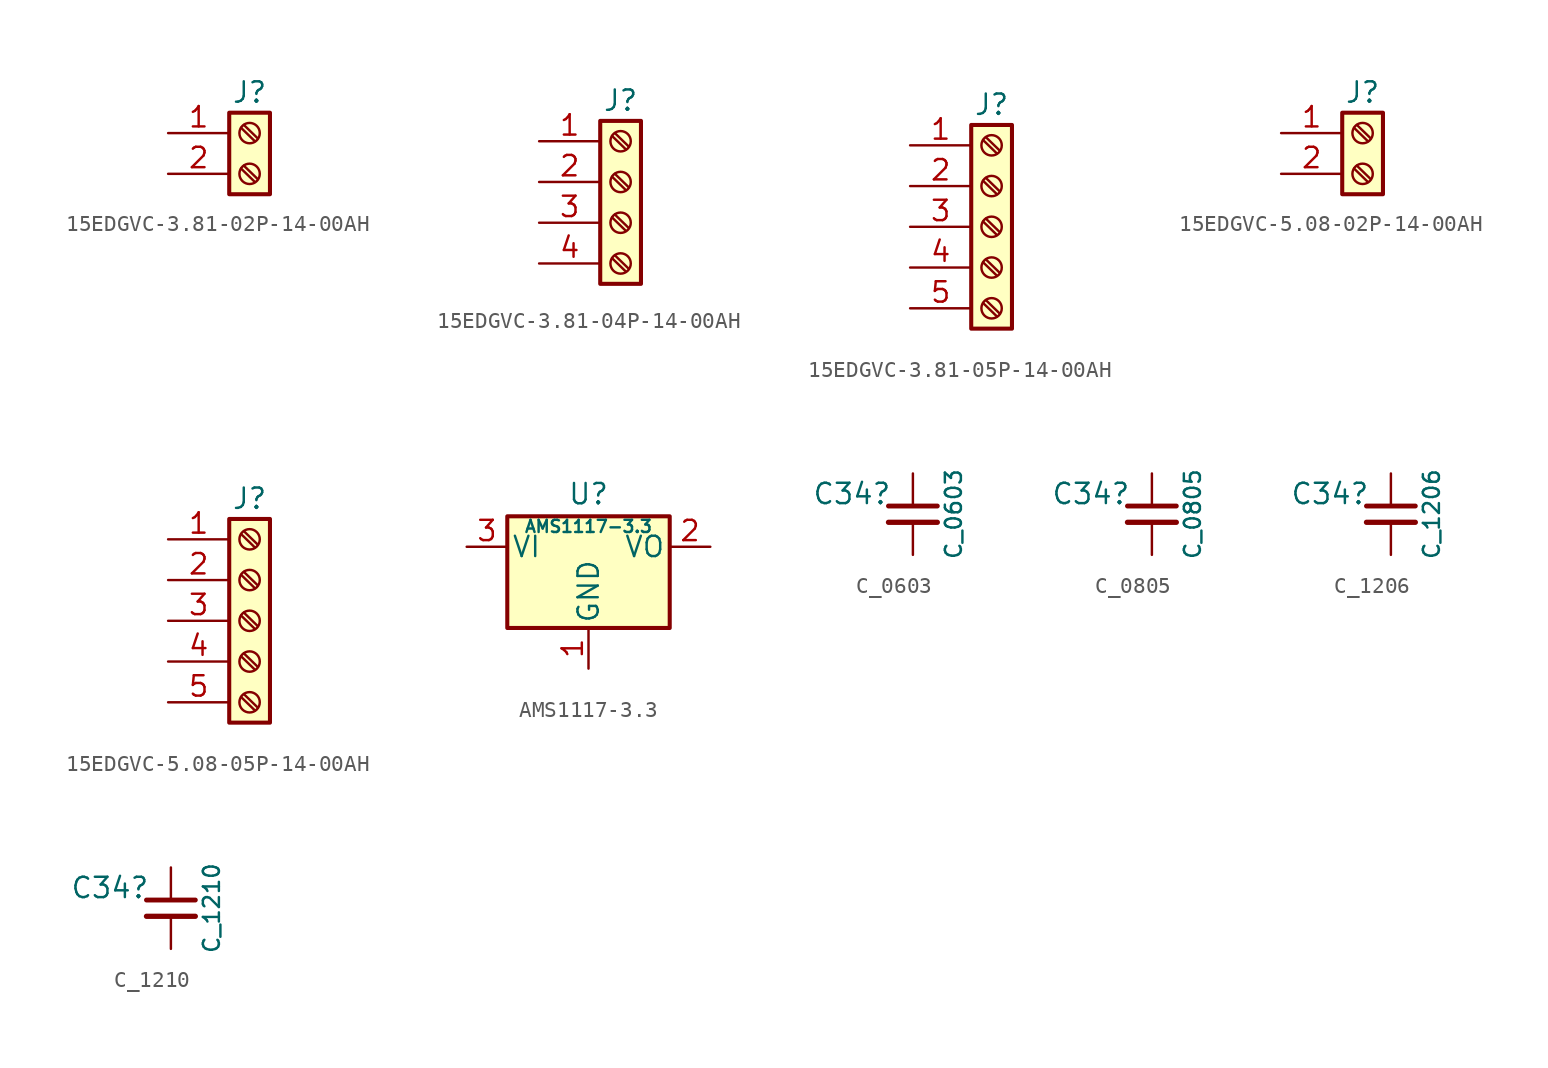
<source format=kicad_sym>
(kicad_symbol_lib
  (version 20211014)
  (generator kicad_symbol_editor)
  (symbol "15EDGVC-3.81-02P-14-00AH"
    (pin_names
      (offset 1.016) hide)
    (property "Reference" "J"
      (at 0 5.08 0)
      (effects (font (size 1.27 1.27))))
    (symbol "15EDGVC-3.81-02P-14-00AH_1_1"
      (rectangle (start -1.27 3.81) (end 1.27 -1.27) (stroke (width 0.254) (type default) (color 0 0 0 0)) (fill (type background)))
      (polyline (pts (xy -0.533 0.33) (xy 0.33 -0.508)) (stroke (width 0.152) (type default) (color 0 0 0 0)) (fill (type none)))
      (polyline (pts (xy -0.533 2.87) (xy 0.33 2.032)) (stroke (width 0.152) (type default) (color 0 0 0 0)) (fill (type none)))
      (polyline (pts (xy -0.356 0.508) (xy 0.508 -0.33)) (stroke (width 0.152) (type default) (color 0 0 0 0)) (fill (type none)))
      (polyline (pts (xy -0.356 3.048) (xy 0.508 2.21)) (stroke (width 0.152) (type default) (color 0 0 0 0)) (fill (type none)))
      (circle (center 0 0) (radius 0.635) (stroke (width 0.152) (type default) (color 0 0 0 0)) (fill (type none)))
      (circle (center 0 2.54) (radius 0.635) (stroke (width 0.152) (type default) (color 0 0 0 0)) (fill (type none)))
      (pin passive line (at -5.08 2.54 0) (length 3.81) (name "Pin_1" (effects (font (size 1.27 1.27)))) (number "1" (effects (font (size 1.27 1.27)))))
      (pin passive line (at -5.08 0 0) (length 3.81) (name "Pin_2" (effects (font (size 1.27 1.27)))) (number "2" (effects (font (size 1.27 1.27)))))))
  (symbol "15EDGVC-3.81-04P-14-00AH"
    (pin_names
      (offset 1.016) hide)
    (property "Reference" "J"
      (at 0 5.08 0)
      (effects (font (size 1.27 1.27))))
    (symbol "15EDGVC-3.81-04P-14-00AH_1_1"
      (rectangle (start -1.27 3.81) (end 1.27 -6.35) (stroke (width 0.254) (type default) (color 0 0 0 0)) (fill (type background)))
      (circle (center 0 -5.08) (radius 0.635) (stroke (width 0.152) (type default) (color 0 0 0 0)) (fill (type none)))
      (circle (center 0 -2.54) (radius 0.635) (stroke (width 0.152) (type default) (color 0 0 0 0)) (fill (type none)))
      (polyline (pts (xy -0.533 -4.75) (xy 0.33 -5.588)) (stroke (width 0.152) (type default) (color 0 0 0 0)) (fill (type none)))
      (polyline (pts (xy -0.533 -2.21) (xy 0.33 -3.048)) (stroke (width 0.152) (type default) (color 0 0 0 0)) (fill (type none)))
      (polyline (pts (xy -0.533 0.33) (xy 0.33 -0.508)) (stroke (width 0.152) (type default) (color 0 0 0 0)) (fill (type none)))
      (polyline (pts (xy -0.533 2.87) (xy 0.33 2.032)) (stroke (width 0.152) (type default) (color 0 0 0 0)) (fill (type none)))
      (polyline (pts (xy -0.356 -4.572) (xy 0.508 -5.41)) (stroke (width 0.152) (type default) (color 0 0 0 0)) (fill (type none)))
      (polyline (pts (xy -0.356 -2.032) (xy 0.508 -2.87)) (stroke (width 0.152) (type default) (color 0 0 0 0)) (fill (type none)))
      (polyline (pts (xy -0.356 0.508) (xy 0.508 -0.33)) (stroke (width 0.152) (type default) (color 0 0 0 0)) (fill (type none)))
      (polyline (pts (xy -0.356 3.048) (xy 0.508 2.21)) (stroke (width 0.152) (type default) (color 0 0 0 0)) (fill (type none)))
      (circle (center 0 0) (radius 0.635) (stroke (width 0.152) (type default) (color 0 0 0 0)) (fill (type none)))
      (circle (center 0 2.54) (radius 0.635) (stroke (width 0.152) (type default) (color 0 0 0 0)) (fill (type none)))
      (pin passive line (at -5.08 2.54 0) (length 3.81) (name "Pin_1" (effects (font (size 1.27 1.27)))) (number "1" (effects (font (size 1.27 1.27)))))
      (pin passive line (at -5.08 0 0) (length 3.81) (name "Pin_2" (effects (font (size 1.27 1.27)))) (number "2" (effects (font (size 1.27 1.27)))))
      (pin passive line (at -5.08 -2.54 0) (length 3.81) (name "Pin_3" (effects (font (size 1.27 1.27)))) (number "3" (effects (font (size 1.27 1.27)))))
      (pin passive line (at -5.08 -5.08 0) (length 3.81) (name "Pin_4" (effects (font (size 1.27 1.27)))) (number "4" (effects (font (size 1.27 1.27)))))))
  (symbol "15EDGVC-3.81-05P-14-00AH"
    (pin_names
      (offset 1.016) hide)
    (property "Reference" "J"
      (at 0 5.08 0)
      (effects (font (size 1.27 1.27))))
    (symbol "15EDGVC-3.81-05P-14-00AH_1_1"
      (rectangle (start -1.27 3.81) (end 1.27 -8.89) (stroke (width 0.254) (type default) (color 0 0 0 0)) (fill (type background)))
      (circle (center 0 -7.62) (radius 0.635) (stroke (width 0.152) (type default) (color 0 0 0 0)) (fill (type none)))
      (circle (center 0 -5.08) (radius 0.635) (stroke (width 0.152) (type default) (color 0 0 0 0)) (fill (type none)))
      (circle (center 0 -2.54) (radius 0.635) (stroke (width 0.152) (type default) (color 0 0 0 0)) (fill (type none)))
      (polyline (pts (xy -0.533 -7.29) (xy 0.33 -8.128)) (stroke (width 0.152) (type default) (color 0 0 0 0)) (fill (type none)))
      (polyline (pts (xy -0.533 -4.75) (xy 0.33 -5.588)) (stroke (width 0.152) (type default) (color 0 0 0 0)) (fill (type none)))
      (polyline (pts (xy -0.533 -2.21) (xy 0.33 -3.048)) (stroke (width 0.152) (type default) (color 0 0 0 0)) (fill (type none)))
      (polyline (pts (xy -0.533 0.33) (xy 0.33 -0.508)) (stroke (width 0.152) (type default) (color 0 0 0 0)) (fill (type none)))
      (polyline (pts (xy -0.533 2.87) (xy 0.33 2.032)) (stroke (width 0.152) (type default) (color 0 0 0 0)) (fill (type none)))
      (polyline (pts (xy -0.356 -7.112) (xy 0.508 -7.95)) (stroke (width 0.152) (type default) (color 0 0 0 0)) (fill (type none)))
      (polyline (pts (xy -0.356 -4.572) (xy 0.508 -5.41)) (stroke (width 0.152) (type default) (color 0 0 0 0)) (fill (type none)))
      (polyline (pts (xy -0.356 -2.032) (xy 0.508 -2.87)) (stroke (width 0.152) (type default) (color 0 0 0 0)) (fill (type none)))
      (polyline (pts (xy -0.356 0.508) (xy 0.508 -0.33)) (stroke (width 0.152) (type default) (color 0 0 0 0)) (fill (type none)))
      (polyline (pts (xy -0.356 3.048) (xy 0.508 2.21)) (stroke (width 0.152) (type default) (color 0 0 0 0)) (fill (type none)))
      (circle (center 0 0) (radius 0.635) (stroke (width 0.152) (type default) (color 0 0 0 0)) (fill (type none)))
      (circle (center 0 2.54) (radius 0.635) (stroke (width 0.152) (type default) (color 0 0 0 0)) (fill (type none)))
      (pin passive line (at -5.08 2.54 0) (length 3.81) (name "Pin_1" (effects (font (size 1.27 1.27)))) (number "1" (effects (font (size 1.27 1.27)))))
      (pin passive line (at -5.08 0 0) (length 3.81) (name "Pin_2" (effects (font (size 1.27 1.27)))) (number "2" (effects (font (size 1.27 1.27)))))
      (pin passive line (at -5.08 -2.54 0) (length 3.81) (name "Pin_3" (effects (font (size 1.27 1.27)))) (number "3" (effects (font (size 1.27 1.27)))))
      (pin passive line (at -5.08 -5.08 0) (length 3.81) (name "Pin_4" (effects (font (size 1.27 1.27)))) (number "4" (effects (font (size 1.27 1.27)))))
      (pin passive line (at -5.08 -7.62 0) (length 3.81) (name "Pin_5" (effects (font (size 1.27 1.27)))) (number "5" (effects (font (size 1.27 1.27)))))))
  (symbol "15EDGVC-5.08-02P-14-00AH"
    (pin_names
      (offset 1.016) hide)
    (property "Reference" "J"
      (at 0 5.08 0)
      (effects (font (size 1.27 1.27))))
    (symbol "15EDGVC-5.08-02P-14-00AH_1_1"
      (rectangle (start -1.27 3.81) (end 1.27 -1.27) (stroke (width 0.254) (type default) (color 0 0 0 0)) (fill (type background)))
      (polyline (pts (xy -0.533 0.33) (xy 0.33 -0.508)) (stroke (width 0.152) (type default) (color 0 0 0 0)) (fill (type none)))
      (polyline (pts (xy -0.533 2.87) (xy 0.33 2.032)) (stroke (width 0.152) (type default) (color 0 0 0 0)) (fill (type none)))
      (polyline (pts (xy -0.356 0.508) (xy 0.508 -0.33)) (stroke (width 0.152) (type default) (color 0 0 0 0)) (fill (type none)))
      (polyline (pts (xy -0.356 3.048) (xy 0.508 2.21)) (stroke (width 0.152) (type default) (color 0 0 0 0)) (fill (type none)))
      (circle (center 0 0) (radius 0.635) (stroke (width 0.152) (type default) (color 0 0 0 0)) (fill (type none)))
      (circle (center 0 2.54) (radius 0.635) (stroke (width 0.152) (type default) (color 0 0 0 0)) (fill (type none)))
      (pin passive line (at -5.08 2.54 0) (length 3.81) (name "Pin_1" (effects (font (size 1.27 1.27)))) (number "1" (effects (font (size 1.27 1.27)))))
      (pin passive line (at -5.08 0 0) (length 3.81) (name "Pin_2" (effects (font (size 1.27 1.27)))) (number "2" (effects (font (size 1.27 1.27)))))))
  (symbol "15EDGVC-5.08-05P-14-00AH"
    (pin_names
      (offset 1.016) hide)
    (property "Reference" "J"
      (at 0 5.08 0)
      (effects (font (size 1.27 1.27))))
    (symbol "15EDGVC-5.08-05P-14-00AH_1_1"
      (rectangle (start -1.27 3.81) (end 1.27 -8.89) (stroke (width 0.254) (type default) (color 0 0 0 0)) (fill (type background)))
      (circle (center 0 -7.62) (radius 0.635) (stroke (width 0.152) (type default) (color 0 0 0 0)) (fill (type none)))
      (circle (center 0 -5.08) (radius 0.635) (stroke (width 0.152) (type default) (color 0 0 0 0)) (fill (type none)))
      (circle (center 0 -2.54) (radius 0.635) (stroke (width 0.152) (type default) (color 0 0 0 0)) (fill (type none)))
      (polyline (pts (xy -0.533 -7.29) (xy 0.33 -8.128)) (stroke (width 0.152) (type default) (color 0 0 0 0)) (fill (type none)))
      (polyline (pts (xy -0.533 -4.75) (xy 0.33 -5.588)) (stroke (width 0.152) (type default) (color 0 0 0 0)) (fill (type none)))
      (polyline (pts (xy -0.533 -2.21) (xy 0.33 -3.048)) (stroke (width 0.152) (type default) (color 0 0 0 0)) (fill (type none)))
      (polyline (pts (xy -0.533 0.33) (xy 0.33 -0.508)) (stroke (width 0.152) (type default) (color 0 0 0 0)) (fill (type none)))
      (polyline (pts (xy -0.533 2.87) (xy 0.33 2.032)) (stroke (width 0.152) (type default) (color 0 0 0 0)) (fill (type none)))
      (polyline (pts (xy -0.356 -7.112) (xy 0.508 -7.95)) (stroke (width 0.152) (type default) (color 0 0 0 0)) (fill (type none)))
      (polyline (pts (xy -0.356 -4.572) (xy 0.508 -5.41)) (stroke (width 0.152) (type default) (color 0 0 0 0)) (fill (type none)))
      (polyline (pts (xy -0.356 -2.032) (xy 0.508 -2.87)) (stroke (width 0.152) (type default) (color 0 0 0 0)) (fill (type none)))
      (polyline (pts (xy -0.356 0.508) (xy 0.508 -0.33)) (stroke (width 0.152) (type default) (color 0 0 0 0)) (fill (type none)))
      (polyline (pts (xy -0.356 3.048) (xy 0.508 2.21)) (stroke (width 0.152) (type default) (color 0 0 0 0)) (fill (type none)))
      (circle (center 0 0) (radius 0.635) (stroke (width 0.152) (type default) (color 0 0 0 0)) (fill (type none)))
      (circle (center 0 2.54) (radius 0.635) (stroke (width 0.152) (type default) (color 0 0 0 0)) (fill (type none)))
      (pin passive line (at -5.08 2.54 0) (length 3.81) (name "Pin_1" (effects (font (size 1.27 1.27)))) (number "1" (effects (font (size 1.27 1.27)))))
      (pin passive line (at -5.08 0 0) (length 3.81) (name "Pin_2" (effects (font (size 1.27 1.27)))) (number "2" (effects (font (size 1.27 1.27)))))
      (pin passive line (at -5.08 -2.54 0) (length 3.81) (name "Pin_3" (effects (font (size 1.27 1.27)))) (number "3" (effects (font (size 1.27 1.27)))))
      (pin passive line (at -5.08 -5.08 0) (length 3.81) (name "Pin_4" (effects (font (size 1.27 1.27)))) (number "4" (effects (font (size 1.27 1.27)))))
      (pin passive line (at -5.08 -7.62 0) (length 3.81) (name "Pin_5" (effects (font (size 1.27 1.27)))) (number "5" (effects (font (size 1.27 1.27)))))))
  (symbol "AMS1117-3.3"
    (pin_names
      (offset 0.254))
    (property "Reference" "U"
      (at 0 3.302 0)
      (effects (font (size 1.27 1.27))))
    (property "Value" "AMS1117-3.3"
      (at 0 1.27 0)
      (effects (font (size 0.762 0.762))))
    (symbol "AMS1117-3.3_0_1"
      (rectangle (start -5.08 -5.08) (end 5.08 1.905) (stroke (width 0.254) (type default) (color 0 0 0 0)) (fill (type background))))
    (symbol "AMS1117-3.3_1_1"
      (pin power_in line (at 0 -7.62 90) (length 2.54) (name "GND" (effects (font (size 1.27 1.27)))) (number "1" (effects (font (size 1.27 1.27)))))
      (pin power_out line (at 7.62 0 180) (length 2.54) (name "VO" (effects (font (size 1.27 1.27)))) (number "2" (effects (font (size 1.27 1.27)))))
      (pin power_in line (at -7.62 0 0) (length 2.54) (name "VI" (effects (font (size 1.27 1.27)))) (number "3" (effects (font (size 1.27 1.27)))))))
  (symbol "C_0603"
    (pin_numbers hide)
    (pin_names
      (offset 0.254) hide)
    (property "Reference" "C34"
      (at -3.81 1.27 0)
      (effects (font (size 1.27 1.27))))
    (property "Value" "C_0603"
      (at 2.54 0 90)
      (effects (font (size 1 1))))
    (symbol "C_0603_0_1"
      (polyline (pts (xy -1.524 -0.508) (xy 1.524 -0.508)) (stroke (width 0.33) (type default) (color 0 0 0 0)) (fill (type none)))
      (polyline (pts (xy -1.524 0.508) (xy 1.524 0.508)) (stroke (width 0.305) (type default) (color 0 0 0 0)) (fill (type none))))
    (symbol "C_0603_1_1"
      (pin passive line (at 0 2.54 270) (length 2.032) (name "~" (effects (font (size 1.27 1.27)))) (number "1" (effects (font (size 1.27 1.27)))))
      (pin passive line (at 0 -2.54 90) (length 2.032) (name "~" (effects (font (size 1.27 1.27)))) (number "2" (effects (font (size 1.27 1.27)))))))
  (symbol "C_0805"
    (pin_numbers hide)
    (pin_names
      (offset 0.254) hide)
    (property "Reference" "C34"
      (at -3.81 1.27 0)
      (effects (font (size 1.27 1.27))))
    (property "Value" "C_0805"
      (at 2.54 0 90)
      (effects (font (size 1 1))))
    (symbol "C_0805_0_1"
      (polyline (pts (xy -1.524 -0.508) (xy 1.524 -0.508)) (stroke (width 0.33) (type default) (color 0 0 0 0)) (fill (type none)))
      (polyline (pts (xy -1.524 0.508) (xy 1.524 0.508)) (stroke (width 0.305) (type default) (color 0 0 0 0)) (fill (type none))))
    (symbol "C_0805_1_1"
      (pin passive line (at 0 2.54 270) (length 2.032) (name "~" (effects (font (size 1.27 1.27)))) (number "1" (effects (font (size 1.27 1.27)))))
      (pin passive line (at 0 -2.54 90) (length 2.032) (name "~" (effects (font (size 1.27 1.27)))) (number "2" (effects (font (size 1.27 1.27)))))))
  (symbol "C_1206"
    (pin_numbers hide)
    (pin_names
      (offset 0.254) hide)
    (property "Reference" "C34"
      (at -3.81 1.27 0)
      (effects (font (size 1.27 1.27))))
    (property "Value" "C_1206"
      (at 2.54 0 90)
      (effects (font (size 1 1))))
    (symbol "C_1206_0_1"
      (polyline (pts (xy -1.524 -0.508) (xy 1.524 -0.508)) (stroke (width 0.33) (type default) (color 0 0 0 0)) (fill (type none)))
      (polyline (pts (xy -1.524 0.508) (xy 1.524 0.508)) (stroke (width 0.305) (type default) (color 0 0 0 0)) (fill (type none))))
    (symbol "C_1206_1_1"
      (pin passive line (at 0 2.54 270) (length 2.032) (name "~" (effects (font (size 1.27 1.27)))) (number "1" (effects (font (size 1.27 1.27)))))
      (pin passive line (at 0 -2.54 90) (length 2.032) (name "~" (effects (font (size 1.27 1.27)))) (number "2" (effects (font (size 1.27 1.27)))))))
  (symbol "C_1210"
    (pin_numbers hide)
    (pin_names
      (offset 0.254) hide)
    (property "Reference" "C34"
      (at -3.81 1.27 0)
      (effects (font (size 1.27 1.27))))
    (property "Value" "C_1210"
      (at 2.54 0 90)
      (effects (font (size 1 1))))
    (symbol "C_1210_0_1"
      (polyline (pts (xy -1.524 -0.508) (xy 1.524 -0.508)) (stroke (width 0.33) (type default) (color 0 0 0 0)) (fill (type none)))
      (polyline (pts (xy -1.524 0.508) (xy 1.524 0.508)) (stroke (width 0.305) (type default) (color 0 0 0 0)) (fill (type none))))
    (symbol "C_1210_1_1"
      (pin passive line (at 0 2.54 270) (length 2.032) (name "~" (effects (font (size 1.27 1.27)))) (number "1" (effects (font (size 1.27 1.27)))))
      (pin passive line (at 0 -2.54 90) (length 2.032) (name "~" (effects (font (size 1.27 1.27)))) (number "2" (effects (font (size 1.27 1.27))))))))
</source>
